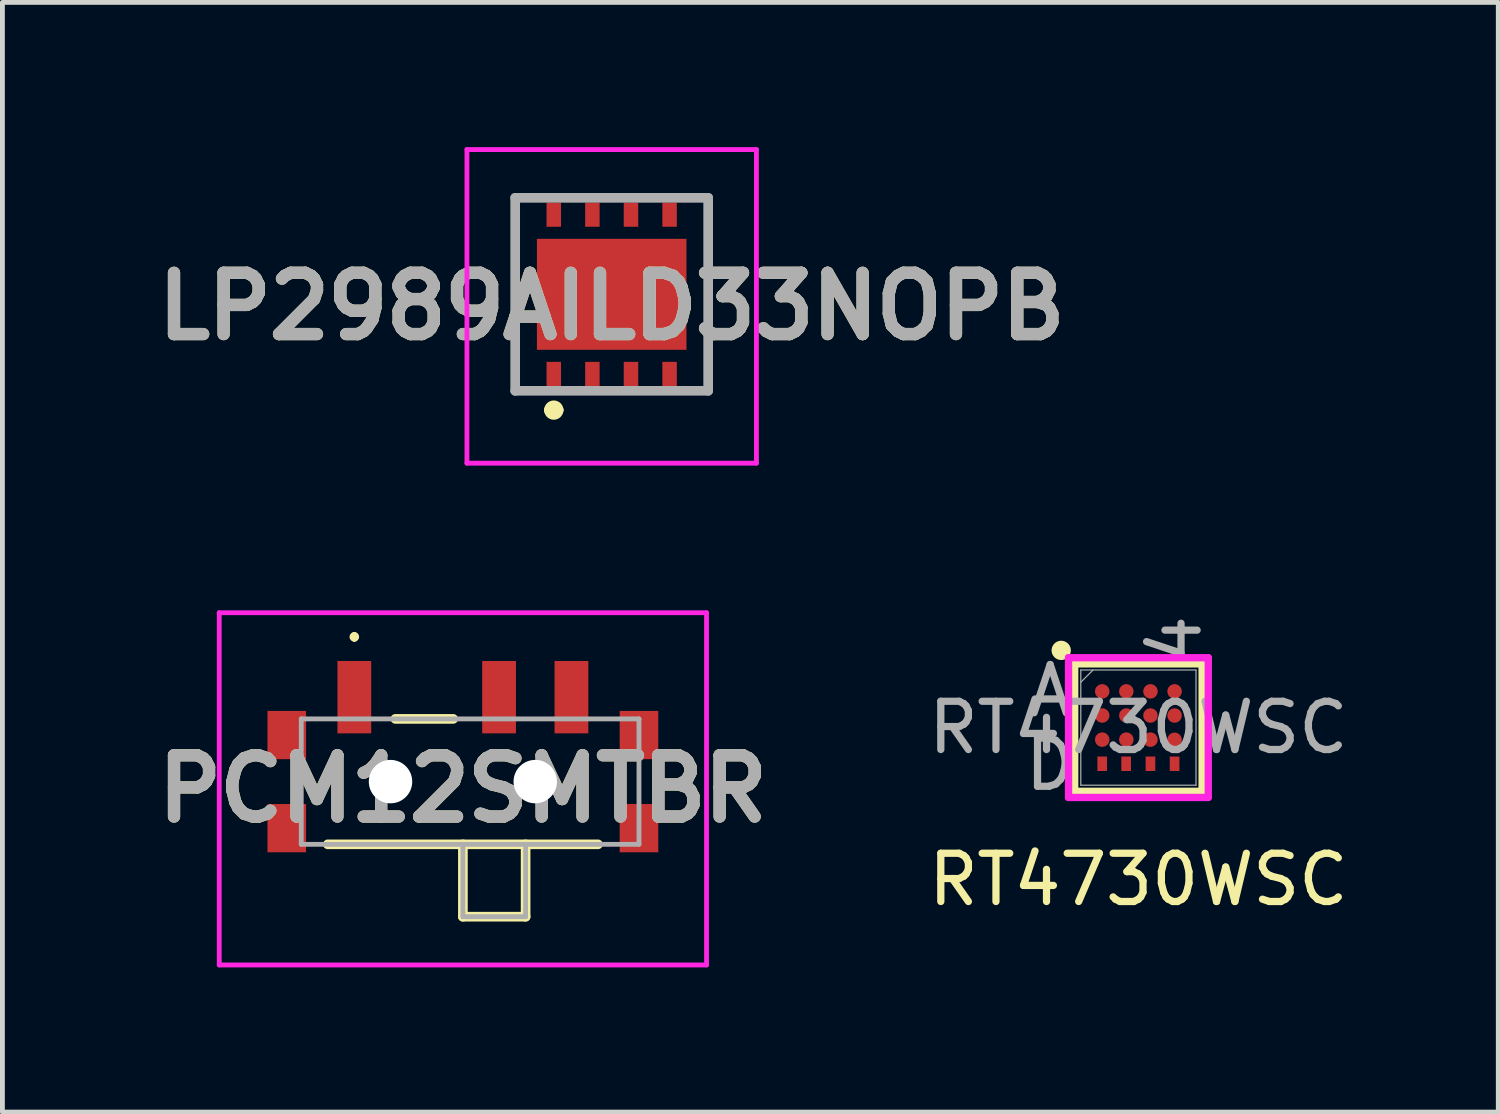
<source format=kicad_pcb>
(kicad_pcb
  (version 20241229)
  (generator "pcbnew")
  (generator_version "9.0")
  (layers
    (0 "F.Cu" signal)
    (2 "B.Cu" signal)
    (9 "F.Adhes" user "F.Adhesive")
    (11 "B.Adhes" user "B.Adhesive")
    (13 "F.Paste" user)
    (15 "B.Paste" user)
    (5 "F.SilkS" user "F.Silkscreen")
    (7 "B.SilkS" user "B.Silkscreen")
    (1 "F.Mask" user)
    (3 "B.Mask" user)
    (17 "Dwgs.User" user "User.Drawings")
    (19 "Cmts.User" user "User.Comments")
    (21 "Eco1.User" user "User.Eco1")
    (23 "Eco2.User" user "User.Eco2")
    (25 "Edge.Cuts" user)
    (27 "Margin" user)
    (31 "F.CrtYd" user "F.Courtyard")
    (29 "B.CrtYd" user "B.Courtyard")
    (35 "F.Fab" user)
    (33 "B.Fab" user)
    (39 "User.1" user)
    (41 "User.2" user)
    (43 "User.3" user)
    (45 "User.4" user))
  (footprint "PCM12SMTBR"
    (layer "F.Cu")
    (at 6.544 13.15)
    (property "Reference" "PCM12SMTBR" (at 0 0.15 0) (layer "F.SilkS") (effects (font (size 1.27 1.27) (thickness 0.254))))
    (attr through_hole)
    (fp_line (start -2.25 -3.05) (end -2.25 -3.05) (stroke (width 0.1) (type solid)) (layer "F.SilkS"))
    (fp_line (start -2.25 -2.95) (end -2.25 -2.95) (stroke (width 0.1) (type solid)) (layer "F.SilkS"))
    (fp_line (start -0.2 -1.3) (end -1.4 -1.3) (stroke (width 0.2) (type solid)) (layer "F.SilkS"))
    (fp_line (start 0 2.8) (end 0 1.3) (stroke (width 0.2) (type solid)) (layer "F.SilkS"))
    (fp_line (start 1.3 1.3) (end 1.3 2.8) (stroke (width 0.2) (type solid)) (layer "F.SilkS"))
    (fp_line (start 1.3 2.8) (end 0 2.8) (stroke (width 0.2) (type solid)) (layer "F.SilkS"))
    (fp_line (start 2.8 1.3) (end -2.8 1.3) (stroke (width 0.2) (type solid)) (layer "F.SilkS"))
    (fp_arc (start -2.25 -3.05) (mid -2.2 -3) (end -2.25 -2.95) (stroke (width 0.1) (type solid)) (layer "F.SilkS"))
    (fp_arc (start -2.25 -2.95) (mid -2.3 -3) (end -2.25 -3.05) (stroke (width 0.1) (type solid)) (layer "F.SilkS"))
    (fp_line (start -5.05 -3.5) (end 5.05 -3.5) (stroke (width 0.1) (type solid)) (layer "F.CrtYd"))
    (fp_line (start -5.05 3.8) (end -5.05 -3.5) (stroke (width 0.1) (type solid)) (layer "F.CrtYd"))
    (fp_line (start 5.05 -3.5) (end 5.05 3.8) (stroke (width 0.1) (type solid)) (layer "F.CrtYd"))
    (fp_line (start 5.05 3.8) (end -5.05 3.8) (stroke (width 0.1) (type solid)) (layer "F.CrtYd"))
    (fp_line (start -3.35 -1.3) (end 3.65 -1.3) (stroke (width 0.1) (type solid)) (layer "F.Fab"))
    (fp_line (start -3.35 1.3) (end -3.35 -1.3) (stroke (width 0.1) (type solid)) (layer "F.Fab"))
    (fp_line (start 0 1.3) (end 0 2.8) (stroke (width 0.1) (type solid)) (layer "F.Fab"))
    (fp_line (start 0 2.8) (end 1.3 2.8) (stroke (width 0.1) (type solid)) (layer "F.Fab"))
    (fp_line (start 1.3 2.8) (end 1.3 1.3) (stroke (width 0.1) (type solid)) (layer "F.Fab"))
    (fp_line (start 3.65 -1.3) (end 3.65 1.3) (stroke (width 0.1) (type solid)) (layer "F.Fab"))
    (fp_line (start 3.65 1.3) (end -3.35 1.3) (stroke (width 0.1) (type solid)) (layer "F.Fab"))
    (fp_text user "${REFERENCE}" (at 0 0.15 0) (layer "F.Fab") (effects (font (size 1.27 1.27) (thickness 0.254))))
    (pad "" np_thru_hole circle (at -1.5 0) (size 0.9 0.9) (drill 0.9) (layers "*.Cu" "*.Mask"))
    (pad "" np_thru_hole circle (at 1.5 0) (size 0.9 0.9) (drill 0.9) (layers "*.Cu" "*.Mask"))
    (pad "1" smd rect (at -2.25 -1.75) (size 0.7 1.5) (layers "F.Cu" "F.Mask" "F.Paste"))
    (pad "2" smd rect (at 0.75 -1.75) (size 0.7 1.5) (layers "F.Cu" "F.Mask" "F.Paste"))
    (pad "3" smd rect (at 2.25 -1.75) (size 0.7 1.5) (layers "F.Cu" "F.Mask" "F.Paste"))
    (pad "MP1" smd rect (at -3.65 -0.965) (size 0.8 1) (layers "F.Cu" "F.Mask" "F.Paste"))
    (pad "MP2" smd rect (at 3.65 -0.965) (size 0.8 1) (layers "F.Cu" "F.Mask" "F.Paste"))
    (pad "MP3" smd rect (at -3.65 0.965) (size 0.8 1) (layers "F.Cu" "F.Mask" "F.Paste"))
    (pad "MP4" smd rect (at 3.65 0.965) (size 0.8 1) (layers "F.Cu" "F.Mask" "F.Paste")))
  (footprint "RT4730WSC"
    (layer "F.Cu")
    (at 20.545 12.03)
    (property "Reference" "RT4730WSC" (at 0 3.15 0) (unlocked yes) (layer "F.SilkS") (effects (font (size 1 1) (thickness 0.15))))
    (attr smd)
    (fp_line (start -1.321 -1.321) (end -1.321 1.321) (stroke (width 0.152) (type solid)) (layer "F.SilkS"))
    (fp_line (start -1.321 1.321) (end 1.321 1.321) (stroke (width 0.152) (type solid)) (layer "F.SilkS"))
    (fp_line (start 1.321 -1.321) (end -1.321 -1.321) (stroke (width 0.152) (type solid)) (layer "F.SilkS"))
    (fp_line (start 1.321 1.321) (end 1.321 -1.321) (stroke (width 0.152) (type solid)) (layer "F.SilkS"))
    (fp_circle (center -1.6 -1.6) (end -1.4 -1.6) (stroke (width 0) (type solid)) (fill yes) (layer "F.SilkS"))
    (fp_line (start -1.448 -1.448) (end 1.448 -1.448) (stroke (width 0.152) (type solid)) (layer "F.CrtYd"))
    (fp_line (start -1.448 1.448) (end -1.448 -1.448) (stroke (width 0.152) (type solid)) (layer "F.CrtYd"))
    (fp_line (start 1.448 -1.448) (end 1.448 1.448) (stroke (width 0.152) (type solid)) (layer "F.CrtYd"))
    (fp_line (start 1.448 1.448) (end -1.448 1.448) (stroke (width 0.152) (type solid)) (layer "F.CrtYd"))
    (fp_line (start -1.194 -1.194) (end -1.194 1.194) (stroke (width 0.025) (type solid)) (layer "F.Fab"))
    (fp_line (start -1.194 1.194) (end 1.194 1.194) (stroke (width 0.025) (type solid)) (layer "F.Fab"))
    (fp_line (start -0.94 -1.194) (end -1.194 -0.94) (stroke (width 0.025) (type solid)) (layer "F.Fab"))
    (fp_line (start 1.194 -1.194) (end -1.194 -1.194) (stroke (width 0.025) (type solid)) (layer "F.Fab"))
    (fp_line (start 1.194 1.194) (end 1.194 -1.194) (stroke (width 0.025) (type solid)) (layer "F.Fab"))
    (fp_text user "4" (at 0.762 -1.829 90) (unlocked yes) (layer "F.Fab") (effects (font (size 1 1) (thickness 0.15))))
    (fp_text user "${REFERENCE}" (at 0 0 0) (unlocked yes) (layer "F.Fab") (effects (font (size 1 1) (thickness 0.15))))
    (fp_text user "A" (at -1.829 -0.762 0) (unlocked yes) (layer "F.Fab") (effects (font (size 1 1) (thickness 0.15))))
    (fp_text user "D" (at -1.829 0.762 0) (unlocked yes) (layer "F.Fab") (effects (font (size 1 1) (thickness 0.15))))
    (pad "A1" smd circle (at -0.75 -0.75) (size 0.3 0.3) (layers "F.Cu" "F.Mask" "F.Paste"))
    (pad "A2" smd circle (at -0.25 -0.75) (size 0.3 0.3) (layers "F.Cu" "F.Mask" "F.Paste"))
    (pad "A3" smd circle (at 0.25 -0.75) (size 0.3 0.3) (layers "F.Cu" "F.Mask" "F.Paste"))
    (pad "A4" smd circle (at 0.75 -0.75) (size 0.3 0.3) (layers "F.Cu" "F.Mask" "F.Paste"))
    (pad "B1" smd circle (at -0.75 -0.25) (size 0.3 0.3) (layers "F.Cu" "F.Mask" "F.Paste"))
    (pad "B2" smd circle (at -0.25 -0.25) (size 0.3 0.3) (layers "F.Cu" "F.Mask" "F.Paste"))
    (pad "B3" smd circle (at 0.25 -0.25) (size 0.3 0.3) (layers "F.Cu" "F.Mask" "F.Paste"))
    (pad "B4" smd circle (at 0.75 -0.25) (size 0.3 0.3) (layers "F.Cu" "F.Mask" "F.Paste"))
    (pad "C1" smd circle (at -0.75 0.25) (size 0.3 0.3) (layers "F.Cu" "F.Mask" "F.Paste"))
    (pad "C2" smd circle (at -0.25 0.25) (size 0.3 0.3) (layers "F.Cu" "F.Mask" "F.Paste"))
    (pad "C3" smd circle (at 0.25 0.25) (size 0.3 0.3) (layers "F.Cu" "F.Mask" "F.Paste"))
    (pad "C4" smd circle (at 0.75 0.254) (size 0.3 0.3) (layers "F.Cu" "F.Mask" "F.Paste"))
    (pad "D1" smd rect (at -0.75 0.75) (size 0.2 0.3) (layers "F.Cu" "F.Mask" "F.Paste"))
    (pad "D2" smd rect (at -0.254 0.75) (size 0.2 0.3) (layers "F.Cu" "F.Mask" "F.Paste"))
    (pad "D3" smd rect (at 0.25 0.75) (size 0.2 0.3) (layers "F.Cu" "F.Mask" "F.Paste"))
    (pad "D4" smd rect (at 0.75 0.75) (size 0.2 0.3) (layers "F.Cu" "F.Mask" "F.Paste")))
  (footprint "LP2989AILD33NOPB"
    (layer "F.Cu")
    (at 9.628 3.3)
    (property "Reference" "LP2989AILD33NOPB" (at 0 0 0) (layer "F.SilkS") (effects (font (size 1.27 1.27) (thickness 0.254))))
    (attr smd)
    (fp_line (start -2 -2.25) (end -2 1.75) (stroke (width 0.1) (type solid)) (layer "F.SilkS"))
    (fp_line (start -2 1.75) (end -1.5 1.75) (stroke (width 0.1) (type solid)) (layer "F.SilkS"))
    (fp_line (start -1.5 -2.25) (end -2 -2.25) (stroke (width 0.1) (type solid)) (layer "F.SilkS"))
    (fp_line (start -1.3 2.15) (end -1.3 2.15) (stroke (width 0.2) (type solid)) (layer "F.SilkS"))
    (fp_line (start -1.1 2.15) (end -1.1 2.15) (stroke (width 0.2) (type solid)) (layer "F.SilkS"))
    (fp_line (start 1.5 -2.25) (end 2 -2.25) (stroke (width 0.1) (type solid)) (layer "F.SilkS"))
    (fp_line (start 2 -2.25) (end 2 1.75) (stroke (width 0.1) (type solid)) (layer "F.SilkS"))
    (fp_line (start 2 1.75) (end 1.5 1.75) (stroke (width 0.1) (type solid)) (layer "F.SilkS"))
    (fp_arc (start -1.3 2.15) (mid -1.2 2.05) (end -1.1 2.15) (stroke (width 0.2) (type solid)) (layer "F.SilkS"))
    (fp_arc (start -1.1 2.15) (mid -1.2 2.25) (end -1.3 2.15) (stroke (width 0.2) (type solid)) (layer "F.SilkS"))
    (fp_line (start -3 -3.25) (end 3 -3.25) (stroke (width 0.1) (type solid)) (layer "F.CrtYd"))
    (fp_line (start -3 3.25) (end -3 -3.25) (stroke (width 0.1) (type solid)) (layer "F.CrtYd"))
    (fp_line (start 3 -3.25) (end 3 3.25) (stroke (width 0.1) (type solid)) (layer "F.CrtYd"))
    (fp_line (start 3 3.25) (end -3 3.25) (stroke (width 0.1) (type solid)) (layer "F.CrtYd"))
    (fp_line (start -2 -2.25) (end 2 -2.25) (stroke (width 0.2) (type solid)) (layer "F.Fab"))
    (fp_line (start -2 1.75) (end -2 -2.25) (stroke (width 0.2) (type solid)) (layer "F.Fab"))
    (fp_line (start 2 -2.25) (end 2 1.75) (stroke (width 0.2) (type solid)) (layer "F.Fab"))
    (fp_line (start 2 1.75) (end -2 1.75) (stroke (width 0.2) (type solid)) (layer "F.Fab"))
    (fp_text user "${REFERENCE}" (at 0 0 0) (layer "F.Fab") (effects (font (size 1.27 1.27) (thickness 0.254))))
    (pad "1" smd rect (at -1.2 1.4) (size 0.3 0.5) (layers "F.Cu" "F.Mask" "F.Paste"))
    (pad "2" smd rect (at -0.4 1.4) (size 0.3 0.5) (layers "F.Cu" "F.Mask" "F.Paste"))
    (pad "3" smd rect (at 0.4 1.4) (size 0.3 0.5) (layers "F.Cu" "F.Mask" "F.Paste"))
    (pad "4" smd rect (at 1.2 1.4) (size 0.3 0.5) (layers "F.Cu" "F.Mask" "F.Paste"))
    (pad "5" smd rect (at 1.2 -1.9) (size 0.3 0.5) (layers "F.Cu" "F.Mask" "F.Paste"))
    (pad "6" smd rect (at 0.4 -1.9) (size 0.3 0.5) (layers "F.Cu" "F.Mask" "F.Paste"))
    (pad "7" smd rect (at -0.4 -1.9) (size 0.3 0.5) (layers "F.Cu" "F.Mask" "F.Paste"))
    (pad "8" smd rect (at -1.2 -1.9) (size 0.3 0.5) (layers "F.Cu" "F.Mask" "F.Paste"))
    (pad "9" smd rect (at 0 -0.25 90) (size 2.3 3.1) (layers "F.Cu" "F.Mask" "F.Paste")))
  (gr_rect
    (start -3 -3)
    (end 28.004 20)
    (stroke (width 0.1) (type default))
    (fill no)
    (layer "Edge.Cuts")))
</source>
